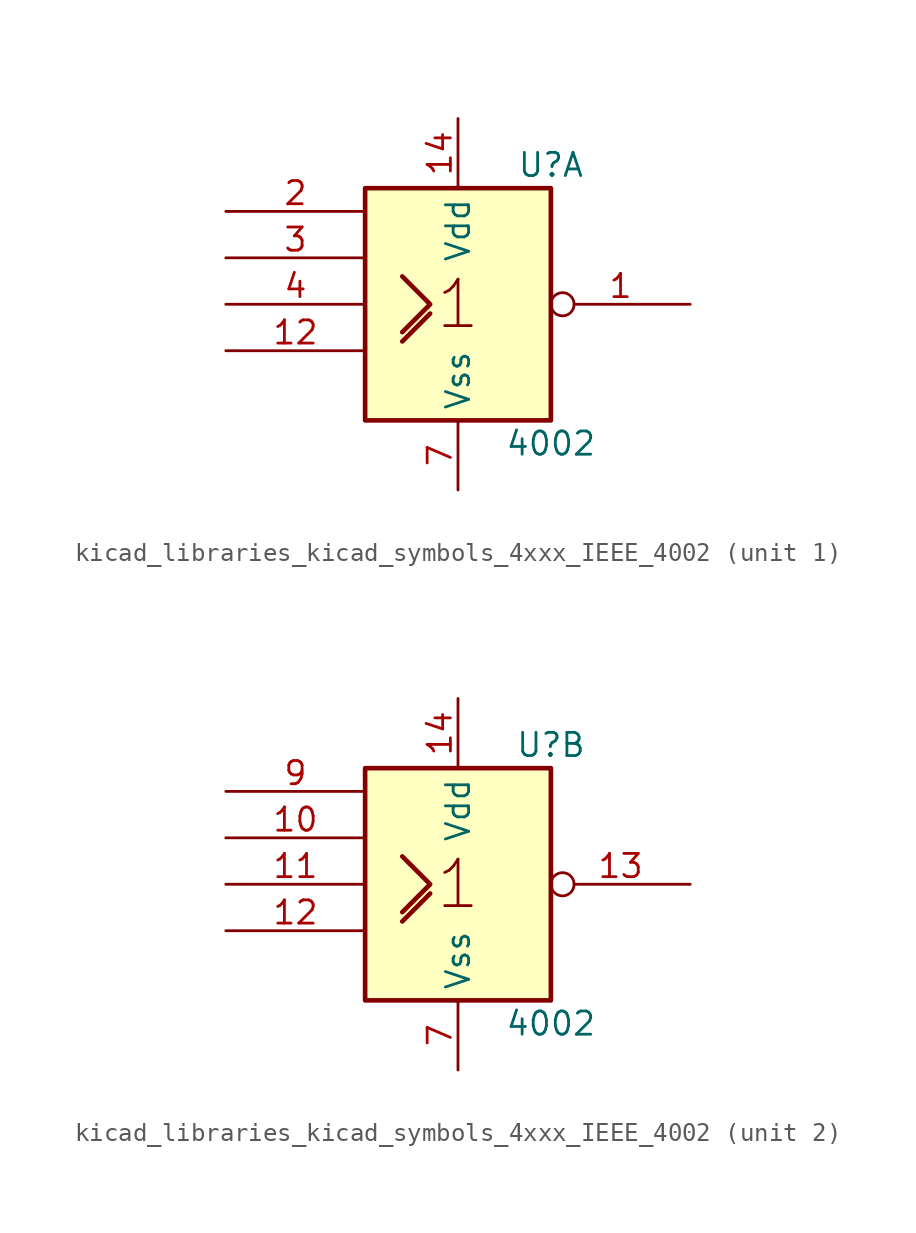
<source format=kicad_sym>
(kicad_symbol_lib
  (version 20220914)
  (generator kicad_symbol_editor)
  (symbol "kicad_libraries_kicad_symbols_4xxx_IEEE_4002"
    (property "Reference" "U"
      (at 5.08 7.62 0)
      (effects (font (size 1.27 1.27))))
    (property "Value" "4002"
      (at 5.08 -7.62 0)
      (effects (font (size 1.27 1.27))))
    (symbol "kicad_libraries_kicad_symbols_4xxx_IEEE_4002_0_0"
      (polyline (pts (xy -3.048 -2.032) (xy -1.524 -0.508) (xy -1.524 -0.508)) (stroke (width 0.254) (type default)) (fill (type background)))
      (polyline (pts (xy -3.048 1.524) (xy -1.524 0) (xy -3.048 -1.524) (xy -3.048 -1.524)) (stroke (width 0.254) (type default)) (fill (type background)))
      (text "1" (at 0 0 0) (effects (font (size 2.54 2.54)))))
    (symbol "kicad_libraries_kicad_symbols_4xxx_IEEE_4002_0_1"
      (rectangle (start -5.08 6.35) (end 5.08 -6.35) (stroke (width 0.254) (type default)) (fill (type background)))
      (pin power_in line (at 0 10.16 270) (length 3.81) (name "Vdd" (effects (font (size 1.27 1.27)))) (number "14" (effects (font (size 1.27 1.27)))))
      (pin power_in line (at 0 -10.16 90) (length 3.81) (name "Vss" (effects (font (size 1.27 1.27)))) (number "7" (effects (font (size 1.27 1.27))))))
    (symbol "kicad_libraries_kicad_symbols_4xxx_IEEE_4002_1_1"
      (pin output inverted (at 12.7 0 180) (length 7.62) (name "~" (effects (font (size 1.27 1.27)))) (number "1" (effects (font (size 1.27 1.27)))))
      (pin input line (at -12.7 -2.54 0) (length 7.62) (name "~" (effects (font (size 1.27 1.27)))) (number "12" (effects (font (size 1.27 1.27)))))
      (pin input line (at -12.7 5.08 0) (length 7.62) (name "~" (effects (font (size 1.27 1.27)))) (number "2" (effects (font (size 1.27 1.27)))))
      (pin input line (at -12.7 2.54 0) (length 7.62) (name "~" (effects (font (size 1.27 1.27)))) (number "3" (effects (font (size 1.27 1.27)))))
      (pin input line (at -12.7 0 0) (length 7.62) (name "~" (effects (font (size 1.27 1.27)))) (number "4" (effects (font (size 1.27 1.27))))))
    (symbol "kicad_libraries_kicad_symbols_4xxx_IEEE_4002_2_1"
      (pin input line (at -12.7 2.54 0) (length 7.62) (name "~" (effects (font (size 1.27 1.27)))) (number "10" (effects (font (size 1.27 1.27)))))
      (pin input line (at -12.7 0 0) (length 7.62) (name "~" (effects (font (size 1.27 1.27)))) (number "11" (effects (font (size 1.27 1.27)))))
      (pin input line (at -12.7 -2.54 0) (length 7.62) (name "~" (effects (font (size 1.27 1.27)))) (number "12" (effects (font (size 1.27 1.27)))))
      (pin output inverted (at 12.7 0 180) (length 7.62) (name "~" (effects (font (size 1.27 1.27)))) (number "13" (effects (font (size 1.27 1.27)))))
      (pin input line (at -12.7 5.08 0) (length 7.62) (name "~" (effects (font (size 1.27 1.27)))) (number "9" (effects (font (size 1.27 1.27))))))))
</source>
